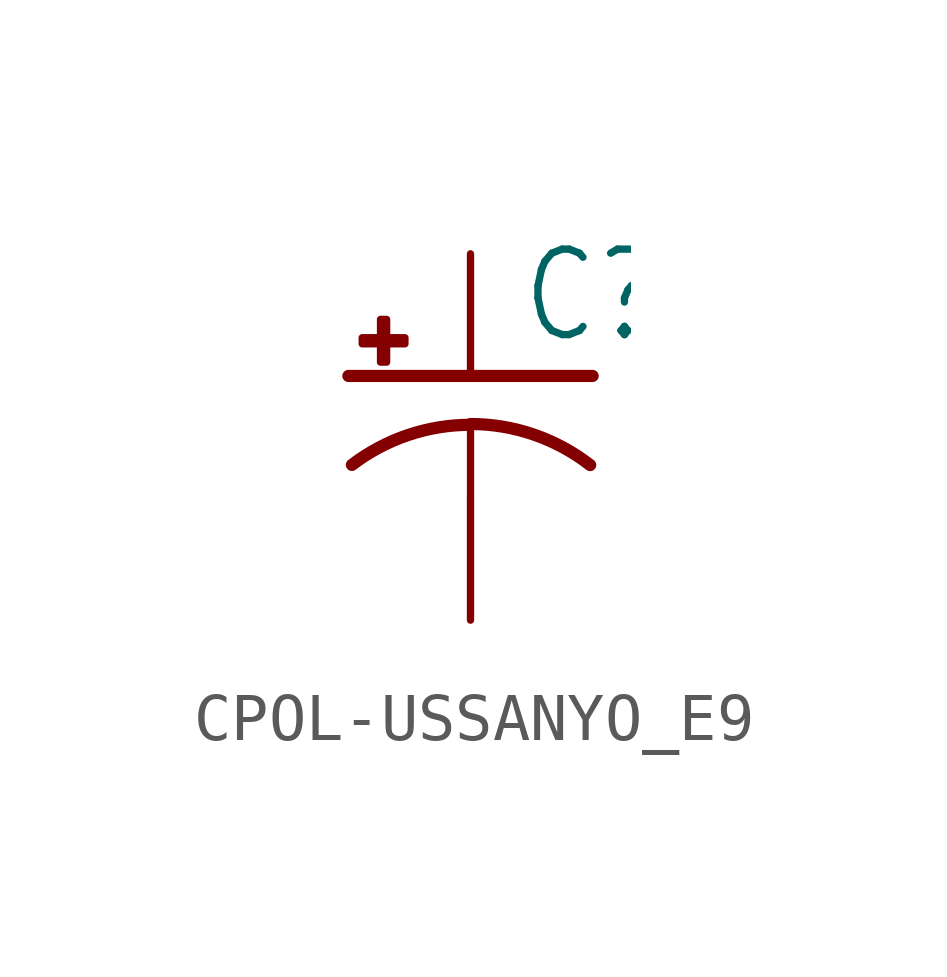
<source format=kicad_sym>
(kicad_symbol_lib
  (version 20231120)
  (generator "kicad_symbol_editor")
  (generator_version "8.0")
  (symbol "CPOL-USSANYO_E9"
    (property "Reference" "C"
      (at 1.016 0.635 0)
      (effects (font (size 1.778 1.511)) (justify left bottom)))
    (property "Value" ""
      (at 1.016 -4.191 0)
      (effects (font (size 1.778 1.511)) (justify left bottom)))
    (property "ki_locked" ""
      (at 0 0 0)
      (effects (font (size 1.27 1.27))))
    (symbol "CPOL-USSANYO_E9_1_0"
      (rectangle (start -2.253 0.668) (end -1.364 0.795) (stroke (width 0) (type default)) (fill (type outline)))
      (rectangle (start -1.872 0.287) (end -1.745 1.176) (stroke (width 0) (type default)) (fill (type outline)))
      (arc (start 0 -1.0161) (mid -1.3021 -1.2303) (end -2.4669 -1.8504) (stroke (width 0.254) (type solid)) (fill (type none)))
      (polyline (pts (xy -2.54 0) (xy 2.54 0)) (stroke (width 0.254) (type solid)) (fill (type none)))
      (polyline (pts (xy 0 -1.016) (xy 0 -2.54)) (stroke (width 0.152) (type solid)) (fill (type none)))
      (arc (start 2.4892 -1.8541) (mid 1.3158 -1.2194) (end 0 -1) (stroke (width 0.254) (type solid)) (fill (type none)))
      (pin passive line (at 0 2.54 270) (length 2.54) (name "+" (effects (font (size 0 0)))) (number "+" (effects (font (size 0 0)))))
      (pin passive line (at 0 -5.08 90) (length 2.54) (name "-" (effects (font (size 0 0)))) (number "-" (effects (font (size 0 0))))))))
</source>
